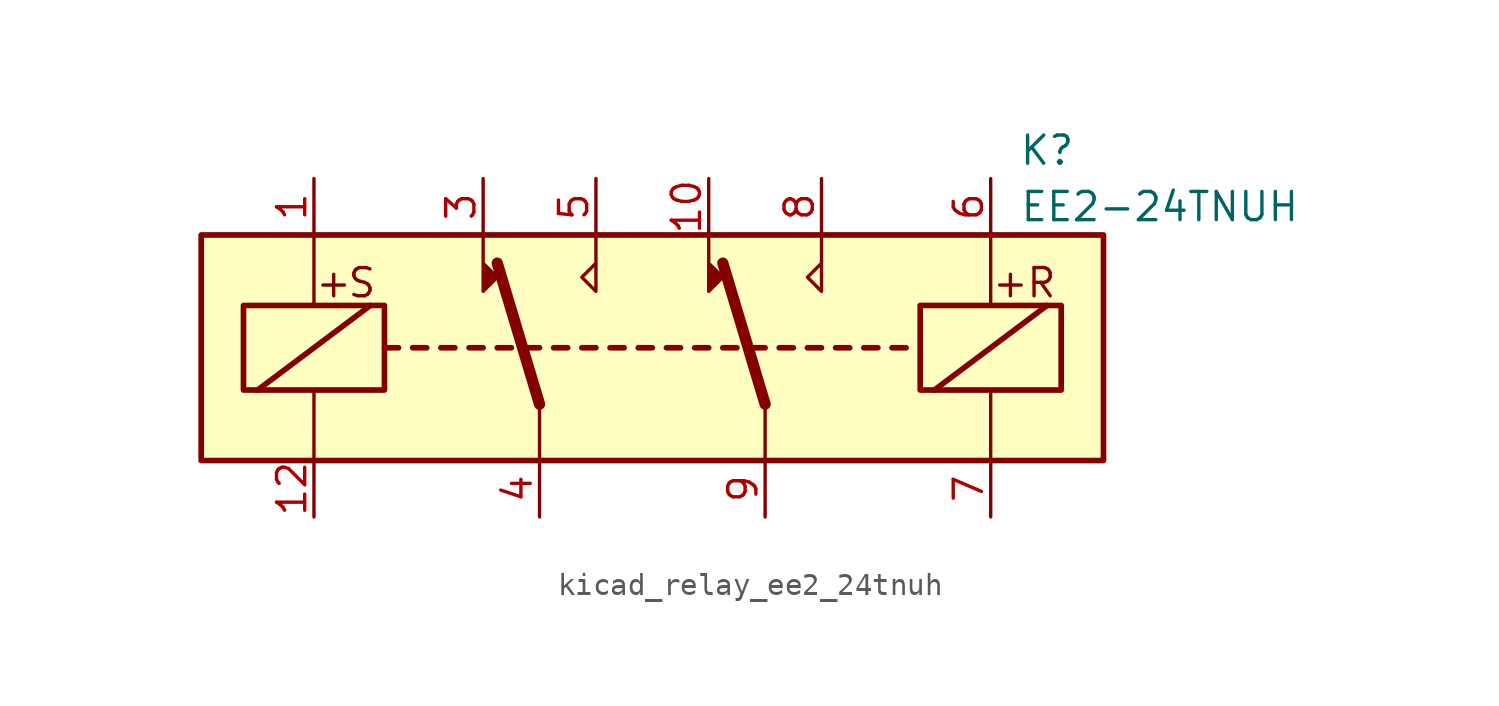
<source format=kicad_sym>
(kicad_symbol_lib
  (version 20220914)
  (generator kicad_symbol_editor)
  (symbol "kicad_relay_ee2_24tnuh"
    (property "Reference" "K"
      (at 17.78 8.89 0)
      (effects (font (size 1.27 1.27))))
    (property "Value" "EE2-24TNUH"
      (at 22.86 6.35 0)
      (effects (font (size 1.27 1.27))))
    (symbol "kicad_relay_ee2_24tnuh_1_1"
      (rectangle (start -20.32 5.08) (end 20.32 -5.08) (stroke (width 0.254) (type default)) (fill (type background)))
      (rectangle (start -18.415 1.905) (end -12.065 -1.905) (stroke (width 0.254) (type default)) (fill (type none)))
      (polyline (pts (xy -17.78 -1.905) (xy -12.7 1.905)) (stroke (width 0.254) (type default)) (fill (type none)))
      (polyline (pts (xy -15.24 -5.08) (xy -15.24 -1.905)) (stroke (width 0) (type default)) (fill (type none)))
      (polyline (pts (xy -15.24 5.08) (xy -15.24 1.905)) (stroke (width 0) (type default)) (fill (type none)))
      (polyline (pts (xy -12.065 0) (xy -11.43 0)) (stroke (width 0.254) (type default)) (fill (type none)))
      (polyline (pts (xy -10.795 0) (xy -10.16 0)) (stroke (width 0.254) (type default)) (fill (type none)))
      (polyline (pts (xy -9.525 0) (xy -8.89 0)) (stroke (width 0.254) (type default)) (fill (type none)))
      (polyline (pts (xy -8.255 0) (xy -7.62 0)) (stroke (width 0.254) (type default)) (fill (type none)))
      (polyline (pts (xy -6.985 0) (xy -6.35 0)) (stroke (width 0.254) (type default)) (fill (type none)))
      (polyline (pts (xy -5.715 0) (xy -5.08 0)) (stroke (width 0.254) (type default)) (fill (type none)))
      (polyline (pts (xy -5.08 -2.54) (xy -6.985 3.81)) (stroke (width 0.508) (type default)) (fill (type none)))
      (polyline (pts (xy -5.08 -2.54) (xy -5.08 -5.08)) (stroke (width 0) (type default)) (fill (type none)))
      (polyline (pts (xy -4.445 0) (xy -3.81 0)) (stroke (width 0.254) (type default)) (fill (type none)))
      (polyline (pts (xy -3.175 0) (xy -2.54 0)) (stroke (width 0.254) (type default)) (fill (type none)))
      (polyline (pts (xy -1.905 0) (xy -1.27 0)) (stroke (width 0.254) (type default)) (fill (type none)))
      (polyline (pts (xy -0.635 0) (xy 0 0)) (stroke (width 0.254) (type default)) (fill (type none)))
      (polyline (pts (xy 0.635 0) (xy 1.27 0)) (stroke (width 0.254) (type default)) (fill (type none)))
      (polyline (pts (xy 1.905 0) (xy 2.54 0)) (stroke (width 0.254) (type default)) (fill (type none)))
      (polyline (pts (xy 3.175 0) (xy 3.81 0)) (stroke (width 0.254) (type default)) (fill (type none)))
      (polyline (pts (xy 4.445 0) (xy 5.08 0)) (stroke (width 0.254) (type default)) (fill (type none)))
      (polyline (pts (xy 5.08 -2.54) (xy 3.175 3.81)) (stroke (width 0.508) (type default)) (fill (type none)))
      (polyline (pts (xy 5.08 -2.54) (xy 5.08 -5.08)) (stroke (width 0) (type default)) (fill (type none)))
      (polyline (pts (xy 5.715 0) (xy 6.35 0)) (stroke (width 0.254) (type default)) (fill (type none)))
      (polyline (pts (xy 6.985 0) (xy 7.62 0)) (stroke (width 0.254) (type default)) (fill (type none)))
      (polyline (pts (xy 8.255 0) (xy 8.89 0)) (stroke (width 0.254) (type default)) (fill (type none)))
      (polyline (pts (xy 9.525 0) (xy 10.16 0)) (stroke (width 0.254) (type default)) (fill (type none)))
      (polyline (pts (xy 10.795 0) (xy 11.43 0)) (stroke (width 0.254) (type default)) (fill (type none)))
      (polyline (pts (xy 12.7 -1.905) (xy 17.78 1.905)) (stroke (width 0.254) (type default)) (fill (type none)))
      (polyline (pts (xy 15.24 -5.08) (xy 15.24 -1.905)) (stroke (width 0) (type default)) (fill (type none)))
      (polyline (pts (xy 15.24 5.08) (xy 15.24 1.905)) (stroke (width 0) (type default)) (fill (type none)))
      (polyline (pts (xy -7.62 5.08) (xy -7.62 2.54) (xy -6.985 3.175) (xy -7.62 3.81)) (stroke (width 0) (type default)) (fill (type outline)))
      (polyline (pts (xy -2.54 5.08) (xy -2.54 2.54) (xy -3.175 3.175) (xy -2.54 3.81)) (stroke (width 0) (type default)) (fill (type none)))
      (polyline (pts (xy 2.54 5.08) (xy 2.54 2.54) (xy 3.175 3.175) (xy 2.54 3.81)) (stroke (width 0) (type default)) (fill (type outline)))
      (polyline (pts (xy 7.62 5.08) (xy 7.62 2.54) (xy 6.985 3.175) (xy 7.62 3.81)) (stroke (width 0) (type default)) (fill (type none)))
      (rectangle (start 12.065 1.905) (end 18.415 -1.905) (stroke (width 0.254) (type default)) (fill (type none)))
      (text "+" (at -14.351 2.921 0) (effects (font (size 1.27 1.27))))
      (text "+" (at 16.129 2.921 0) (effects (font (size 1.27 1.27))))
      (text "R" (at 17.526 2.921 0) (effects (font (size 1.27 1.27))))
      (text "S" (at -13.081 2.921 0) (effects (font (size 1.27 1.27))))
      (pin passive line (at -15.24 7.62 270) (length 2.54) (name "~" (effects (font (size 1.27 1.27)))) (number "1" (effects (font (size 1.27 1.27)))))
      (pin passive line (at 2.54 7.62 270) (length 2.54) (name "~" (effects (font (size 1.27 1.27)))) (number "10" (effects (font (size 1.27 1.27)))))
      (pin passive line (at -15.24 -7.62 90) (length 2.54) (name "~" (effects (font (size 1.27 1.27)))) (number "12" (effects (font (size 1.27 1.27)))))
      (pin passive line (at -7.62 7.62 270) (length 2.54) (name "~" (effects (font (size 1.27 1.27)))) (number "3" (effects (font (size 1.27 1.27)))))
      (pin passive line (at -5.08 -7.62 90) (length 2.54) (name "~" (effects (font (size 1.27 1.27)))) (number "4" (effects (font (size 1.27 1.27)))))
      (pin passive line (at -2.54 7.62 270) (length 2.54) (name "~" (effects (font (size 1.27 1.27)))) (number "5" (effects (font (size 1.27 1.27)))))
      (pin passive line (at 15.24 7.62 270) (length 2.54) (name "~" (effects (font (size 1.27 1.27)))) (number "6" (effects (font (size 1.27 1.27)))))
      (pin passive line (at 15.24 -7.62 90) (length 2.54) (name "~" (effects (font (size 1.27 1.27)))) (number "7" (effects (font (size 1.27 1.27)))))
      (pin passive line (at 7.62 7.62 270) (length 2.54) (name "~" (effects (font (size 1.27 1.27)))) (number "8" (effects (font (size 1.27 1.27)))))
      (pin passive line (at 5.08 -7.62 90) (length 2.54) (name "~" (effects (font (size 1.27 1.27)))) (number "9" (effects (font (size 1.27 1.27))))))))
</source>
